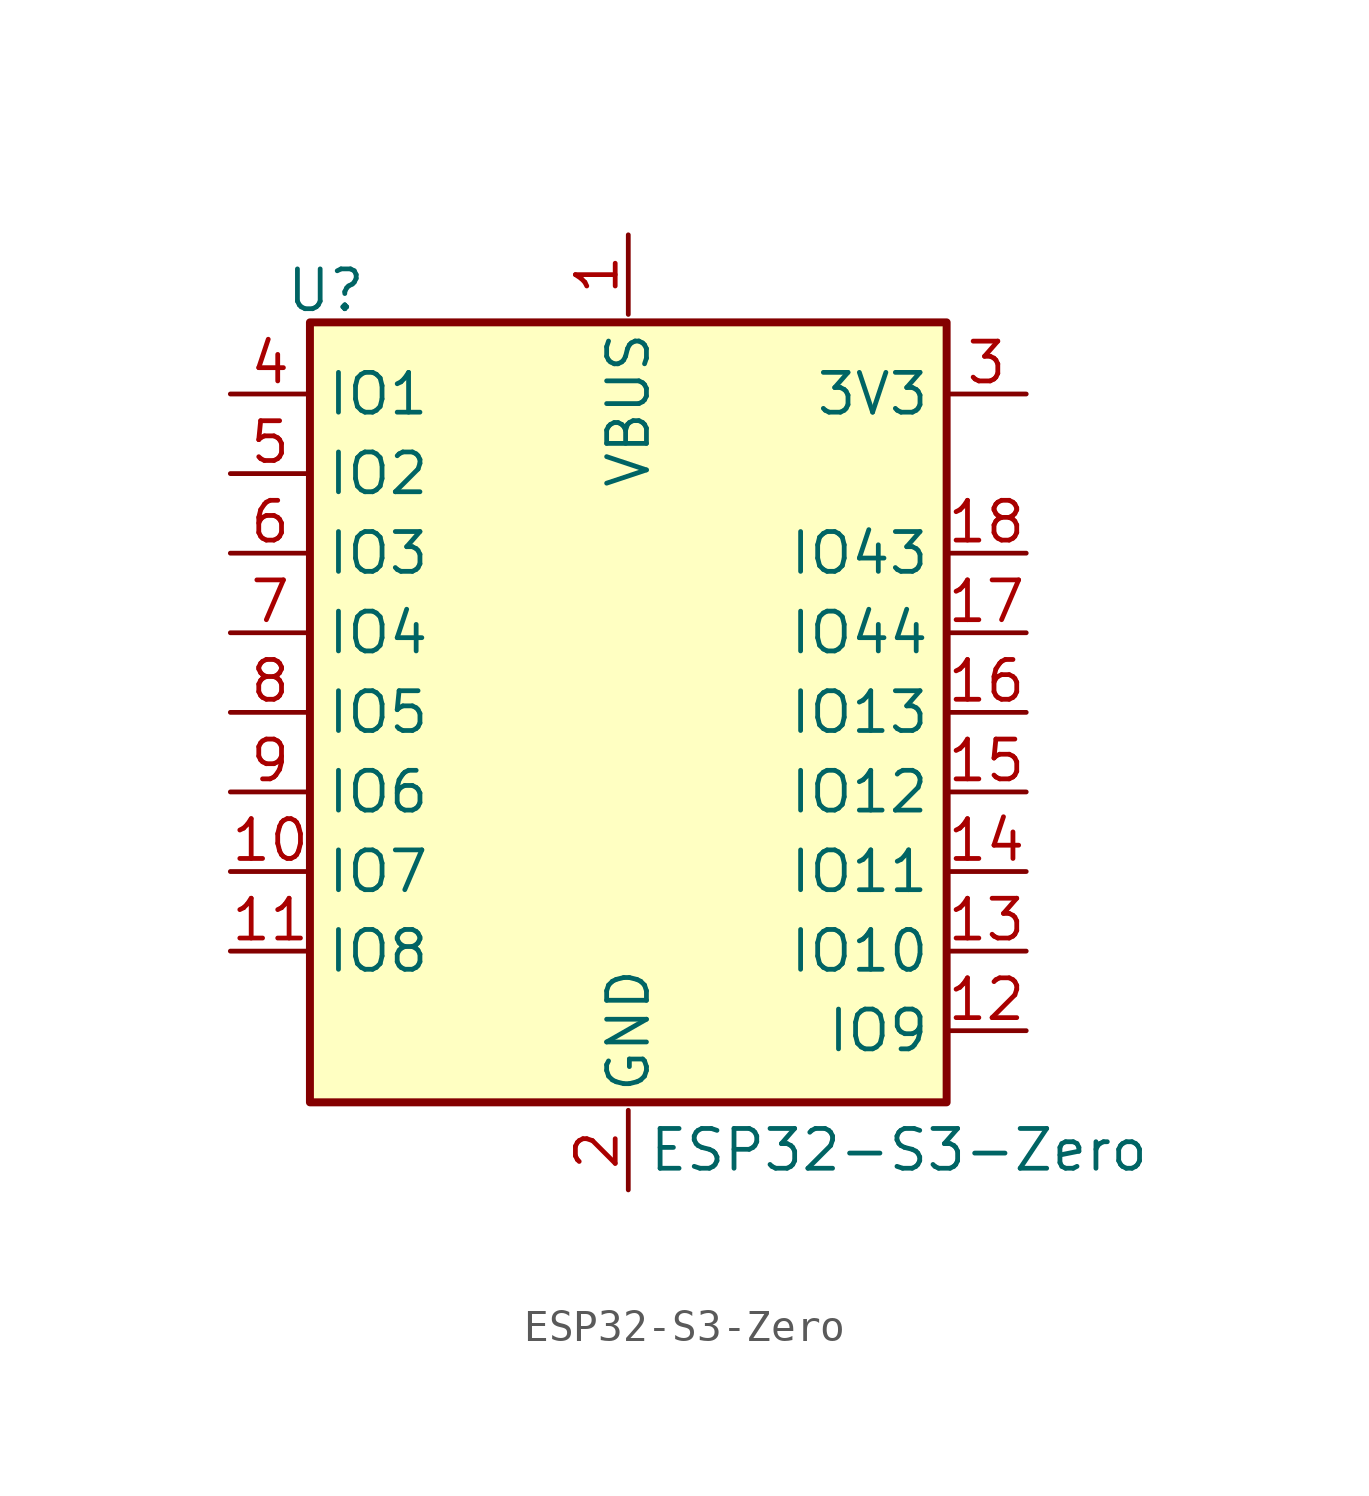
<source format=kicad_sym>
(kicad_symbol_lib
  (version 20231120)
  (generator "kicad_symbol_editor")
  (generator_version "8.0")
  (symbol "ESP32-S3-Zero"
    (property "Reference" "U"
      (at -9.652 13.462 0)
      (effects (font (size 1.27 1.27))))
    (property "Value" "ESP32-S3-Zero"
      (at 8.636 -13.97 0)
      (effects (font (size 1.27 1.27))))
    (symbol "ESP32-S3-Zero_1_1"
      (rectangle (start -10.16 12.446) (end 10.16 -12.446) (stroke (width 0.254) (type default)) (fill (type background)))
      (pin power_in line (at 0 15.24 270) (length 2.54) (name "VBUS" (effects (font (size 1.27 1.27)))) (number "1" (effects (font (size 1.27 1.27)))))
      (pin bidirectional line (at -12.7 -5.08 0) (length 2.54) (name "IO7" (effects (font (size 1.27 1.27)))) (number "10" (effects (font (size 1.27 1.27)))))
      (pin bidirectional line (at -12.7 -7.62 0) (length 2.54) (name "IO8" (effects (font (size 1.27 1.27)))) (number "11" (effects (font (size 1.27 1.27)))) (alternate "IO1" bidirectional line))
      (pin bidirectional line (at 12.7 -10.16 180) (length 2.54) (name "IO9" (effects (font (size 1.27 1.27)))) (number "12" (effects (font (size 1.27 1.27)))))
      (pin bidirectional line (at 12.7 -7.62 180) (length 2.54) (name "IO10" (effects (font (size 1.27 1.27)))) (number "13" (effects (font (size 1.27 1.27)))))
      (pin bidirectional line (at 12.7 -5.08 180) (length 2.54) (name "IO11" (effects (font (size 1.27 1.27)))) (number "14" (effects (font (size 1.27 1.27)))))
      (pin bidirectional line (at 12.7 -2.54 180) (length 2.54) (name "IO12" (effects (font (size 1.27 1.27)))) (number "15" (effects (font (size 1.27 1.27)))))
      (pin bidirectional line (at 12.7 0 180) (length 2.54) (name "IO13" (effects (font (size 1.27 1.27)))) (number "16" (effects (font (size 1.27 1.27)))) (alternate "HSPI_MISO" input line))
      (pin bidirectional line (at 12.7 2.54 180) (length 2.54) (name "IO44" (effects (font (size 1.27 1.27)))) (number "17" (effects (font (size 1.27 1.27)))) (alternate "RX" input line))
      (pin bidirectional line (at 12.7 5.08 180) (length 2.54) (name "IO43" (effects (font (size 1.27 1.27)))) (number "18" (effects (font (size 1.27 1.27)))) (alternate "TX" output line))
      (pin power_in line (at 0 -15.24 90) (length 2.54) (name "GND" (effects (font (size 1.27 1.27)))) (number "2" (effects (font (size 1.27 1.27)))))
      (pin power_out line (at 12.7 10.16 180) (length 2.54) (name "3V3" (effects (font (size 1.27 1.27)))) (number "3" (effects (font (size 1.27 1.27)))))
      (pin bidirectional line (at -12.7 10.16 0) (length 2.54) (name "IO1" (effects (font (size 1.27 1.27)))) (number "4" (effects (font (size 1.27 1.27)))) (alternate "UART1_TXD" output line))
      (pin bidirectional line (at -12.7 7.62 0) (length 2.54) (name "IO2" (effects (font (size 1.27 1.27)))) (number "5" (effects (font (size 1.27 1.27)))) (alternate "HSPICS" bidirectional line) (alternate "MIDO" output line) (alternate "UART0_RTS" output line))
      (pin bidirectional line (at -12.7 5.08 0) (length 2.54) (name "IO3" (effects (font (size 1.27 1.27)))) (number "6" (effects (font (size 1.27 1.27)))))
      (pin bidirectional line (at -12.7 2.54 0) (length 2.54) (name "IO4" (effects (font (size 1.27 1.27)))) (number "7" (effects (font (size 1.27 1.27)))) (alternate "HSPI_MOSI" output line) (alternate "UART0_CTS" input line))
      (pin bidirectional line (at -12.7 0 0) (length 2.54) (name "IO5" (effects (font (size 1.27 1.27)))) (number "8" (effects (font (size 1.27 1.27)))))
      (pin bidirectional line (at -12.7 -2.54 0) (length 2.54) (name "IO6" (effects (font (size 1.27 1.27)))) (number "9" (effects (font (size 1.27 1.27)))) (alternate "IO3" bidirectional line)))))
</source>
